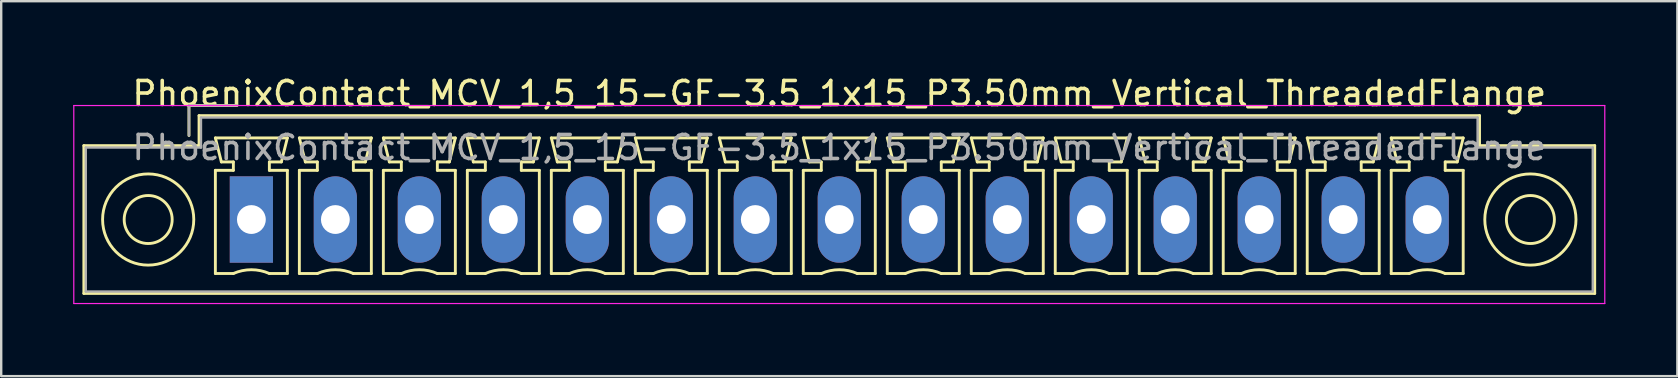
<source format=kicad_pcb>
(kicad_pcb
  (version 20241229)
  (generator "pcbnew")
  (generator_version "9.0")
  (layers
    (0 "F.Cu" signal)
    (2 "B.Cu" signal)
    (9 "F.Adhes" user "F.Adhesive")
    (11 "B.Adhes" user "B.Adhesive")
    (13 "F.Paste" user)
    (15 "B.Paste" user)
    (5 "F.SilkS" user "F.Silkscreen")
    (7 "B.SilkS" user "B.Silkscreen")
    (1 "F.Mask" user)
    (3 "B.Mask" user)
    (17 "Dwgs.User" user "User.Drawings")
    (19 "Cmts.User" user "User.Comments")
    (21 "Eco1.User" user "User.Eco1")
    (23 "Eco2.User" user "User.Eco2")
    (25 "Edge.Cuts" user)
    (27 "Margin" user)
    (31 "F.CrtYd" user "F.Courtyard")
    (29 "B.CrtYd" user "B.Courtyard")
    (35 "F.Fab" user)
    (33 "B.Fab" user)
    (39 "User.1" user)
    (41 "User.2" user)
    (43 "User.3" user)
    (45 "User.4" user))
  (footprint "PhoenixContact_MCV_1,5_15-GF-3.5_1x15_P3.50mm_Vertical_ThreadedFlange"
    (layer "F.Cu")
    (at 7.425 6.098)
    (property "Reference" "PhoenixContact_MCV_1,5_15-GF-3.5_1x15_P3.50mm_Vertical_ThreadedFlange" (at 24.5 -5.25 0) (layer "F.SilkS") (effects (font (size 1 1) (thickness 0.15))))
    (attr through_hole)
    (fp_line (start -6.98 -3.08) (end -6.98 3.08) (stroke (width 0.12) (type solid)) (layer "F.SilkS"))
    (fp_line (start -6.98 3.08) (end 55.98 3.08) (stroke (width 0.12) (type solid)) (layer "F.SilkS"))
    (fp_line (start -2.6 -4.75) (end -0.6 -4.75) (stroke (width 0.12) (type solid)) (layer "F.SilkS"))
    (fp_line (start -2.6 -3.5) (end -2.6 -4.75) (stroke (width 0.12) (type solid)) (layer "F.SilkS"))
    (fp_line (start -2.18 -4.33) (end -2.18 -3.08) (stroke (width 0.12) (type solid)) (layer "F.SilkS"))
    (fp_line (start -2.18 -3.08) (end -6.98 -3.08) (stroke (width 0.12) (type solid)) (layer "F.SilkS"))
    (fp_line (start -1.5 -3.4) (end 1.5 -3.4) (stroke (width 0.12) (type solid)) (layer "F.SilkS"))
    (fp_line (start -1.5 -2.05) (end -0.75 -2.05) (stroke (width 0.12) (type solid)) (layer "F.SilkS"))
    (fp_line (start -1.5 2.25) (end -1.5 -2.05) (stroke (width 0.12) (type solid)) (layer "F.SilkS"))
    (fp_line (start -1.25 -2.4) (end -1.5 -3.4) (stroke (width 0.12) (type solid)) (layer "F.SilkS"))
    (fp_line (start -0.75 -2.4) (end -1.25 -2.4) (stroke (width 0.12) (type solid)) (layer "F.SilkS"))
    (fp_line (start -0.75 -2.05) (end -0.75 -2.4) (stroke (width 0.12) (type solid)) (layer "F.SilkS"))
    (fp_line (start -0.75 2.25) (end -1.5 2.25) (stroke (width 0.12) (type solid)) (layer "F.SilkS"))
    (fp_line (start 0.75 -2.4) (end 0.75 -2.05) (stroke (width 0.12) (type solid)) (layer "F.SilkS"))
    (fp_line (start 0.75 -2.05) (end 1.5 -2.05) (stroke (width 0.12) (type solid)) (layer "F.SilkS"))
    (fp_line (start 1.25 -2.4) (end 0.75 -2.4) (stroke (width 0.12) (type solid)) (layer "F.SilkS"))
    (fp_line (start 1.5 -3.4) (end 1.25 -2.4) (stroke (width 0.12) (type solid)) (layer "F.SilkS"))
    (fp_line (start 1.5 -2.05) (end 1.5 2.25) (stroke (width 0.12) (type solid)) (layer "F.SilkS"))
    (fp_line (start 1.5 2.25) (end 0.75 2.25) (stroke (width 0.12) (type solid)) (layer "F.SilkS"))
    (fp_line (start 2 -3.4) (end 5 -3.4) (stroke (width 0.12) (type solid)) (layer "F.SilkS"))
    (fp_line (start 2 -2.05) (end 2.75 -2.05) (stroke (width 0.12) (type solid)) (layer "F.SilkS"))
    (fp_line (start 2 2.25) (end 2 -2.05) (stroke (width 0.12) (type solid)) (layer "F.SilkS"))
    (fp_line (start 2.25 -2.4) (end 2 -3.4) (stroke (width 0.12) (type solid)) (layer "F.SilkS"))
    (fp_line (start 2.75 -2.4) (end 2.25 -2.4) (stroke (width 0.12) (type solid)) (layer "F.SilkS"))
    (fp_line (start 2.75 -2.05) (end 2.75 -2.4) (stroke (width 0.12) (type solid)) (layer "F.SilkS"))
    (fp_line (start 2.75 2.25) (end 2 2.25) (stroke (width 0.12) (type solid)) (layer "F.SilkS"))
    (fp_line (start 4.25 -2.4) (end 4.25 -2.05) (stroke (width 0.12) (type solid)) (layer "F.SilkS"))
    (fp_line (start 4.25 -2.05) (end 5 -2.05) (stroke (width 0.12) (type solid)) (layer "F.SilkS"))
    (fp_line (start 4.75 -2.4) (end 4.25 -2.4) (stroke (width 0.12) (type solid)) (layer "F.SilkS"))
    (fp_line (start 5 -3.4) (end 4.75 -2.4) (stroke (width 0.12) (type solid)) (layer "F.SilkS"))
    (fp_line (start 5 -2.05) (end 5 2.25) (stroke (width 0.12) (type solid)) (layer "F.SilkS"))
    (fp_line (start 5 2.25) (end 4.25 2.25) (stroke (width 0.12) (type solid)) (layer "F.SilkS"))
    (fp_line (start 5.5 -3.4) (end 8.5 -3.4) (stroke (width 0.12) (type solid)) (layer "F.SilkS"))
    (fp_line (start 5.5 -2.05) (end 6.25 -2.05) (stroke (width 0.12) (type solid)) (layer "F.SilkS"))
    (fp_line (start 5.5 2.25) (end 5.5 -2.05) (stroke (width 0.12) (type solid)) (layer "F.SilkS"))
    (fp_line (start 5.75 -2.4) (end 5.5 -3.4) (stroke (width 0.12) (type solid)) (layer "F.SilkS"))
    (fp_line (start 6.25 -2.4) (end 5.75 -2.4) (stroke (width 0.12) (type solid)) (layer "F.SilkS"))
    (fp_line (start 6.25 -2.05) (end 6.25 -2.4) (stroke (width 0.12) (type solid)) (layer "F.SilkS"))
    (fp_line (start 6.25 2.25) (end 5.5 2.25) (stroke (width 0.12) (type solid)) (layer "F.SilkS"))
    (fp_line (start 7.75 -2.4) (end 7.75 -2.05) (stroke (width 0.12) (type solid)) (layer "F.SilkS"))
    (fp_line (start 7.75 -2.05) (end 8.5 -2.05) (stroke (width 0.12) (type solid)) (layer "F.SilkS"))
    (fp_line (start 8.25 -2.4) (end 7.75 -2.4) (stroke (width 0.12) (type solid)) (layer "F.SilkS"))
    (fp_line (start 8.5 -3.4) (end 8.25 -2.4) (stroke (width 0.12) (type solid)) (layer "F.SilkS"))
    (fp_line (start 8.5 -2.05) (end 8.5 2.25) (stroke (width 0.12) (type solid)) (layer "F.SilkS"))
    (fp_line (start 8.5 2.25) (end 7.75 2.25) (stroke (width 0.12) (type solid)) (layer "F.SilkS"))
    (fp_line (start 9 -3.4) (end 12 -3.4) (stroke (width 0.12) (type solid)) (layer "F.SilkS"))
    (fp_line (start 9 -2.05) (end 9.75 -2.05) (stroke (width 0.12) (type solid)) (layer "F.SilkS"))
    (fp_line (start 9 2.25) (end 9 -2.05) (stroke (width 0.12) (type solid)) (layer "F.SilkS"))
    (fp_line (start 9.25 -2.4) (end 9 -3.4) (stroke (width 0.12) (type solid)) (layer "F.SilkS"))
    (fp_line (start 9.75 -2.4) (end 9.25 -2.4) (stroke (width 0.12) (type solid)) (layer "F.SilkS"))
    (fp_line (start 9.75 -2.05) (end 9.75 -2.4) (stroke (width 0.12) (type solid)) (layer "F.SilkS"))
    (fp_line (start 9.75 2.25) (end 9 2.25) (stroke (width 0.12) (type solid)) (layer "F.SilkS"))
    (fp_line (start 11.25 -2.4) (end 11.25 -2.05) (stroke (width 0.12) (type solid)) (layer "F.SilkS"))
    (fp_line (start 11.25 -2.05) (end 12 -2.05) (stroke (width 0.12) (type solid)) (layer "F.SilkS"))
    (fp_line (start 11.75 -2.4) (end 11.25 -2.4) (stroke (width 0.12) (type solid)) (layer "F.SilkS"))
    (fp_line (start 12 -3.4) (end 11.75 -2.4) (stroke (width 0.12) (type solid)) (layer "F.SilkS"))
    (fp_line (start 12 -2.05) (end 12 2.25) (stroke (width 0.12) (type solid)) (layer "F.SilkS"))
    (fp_line (start 12 2.25) (end 11.25 2.25) (stroke (width 0.12) (type solid)) (layer "F.SilkS"))
    (fp_line (start 12.5 -3.4) (end 15.5 -3.4) (stroke (width 0.12) (type solid)) (layer "F.SilkS"))
    (fp_line (start 12.5 -2.05) (end 13.25 -2.05) (stroke (width 0.12) (type solid)) (layer "F.SilkS"))
    (fp_line (start 12.5 2.25) (end 12.5 -2.05) (stroke (width 0.12) (type solid)) (layer "F.SilkS"))
    (fp_line (start 12.75 -2.4) (end 12.5 -3.4) (stroke (width 0.12) (type solid)) (layer "F.SilkS"))
    (fp_line (start 13.25 -2.4) (end 12.75 -2.4) (stroke (width 0.12) (type solid)) (layer "F.SilkS"))
    (fp_line (start 13.25 -2.05) (end 13.25 -2.4) (stroke (width 0.12) (type solid)) (layer "F.SilkS"))
    (fp_line (start 13.25 2.25) (end 12.5 2.25) (stroke (width 0.12) (type solid)) (layer "F.SilkS"))
    (fp_line (start 14.75 -2.4) (end 14.75 -2.05) (stroke (width 0.12) (type solid)) (layer "F.SilkS"))
    (fp_line (start 14.75 -2.05) (end 15.5 -2.05) (stroke (width 0.12) (type solid)) (layer "F.SilkS"))
    (fp_line (start 15.25 -2.4) (end 14.75 -2.4) (stroke (width 0.12) (type solid)) (layer "F.SilkS"))
    (fp_line (start 15.5 -3.4) (end 15.25 -2.4) (stroke (width 0.12) (type solid)) (layer "F.SilkS"))
    (fp_line (start 15.5 -2.05) (end 15.5 2.25) (stroke (width 0.12) (type solid)) (layer "F.SilkS"))
    (fp_line (start 15.5 2.25) (end 14.75 2.25) (stroke (width 0.12) (type solid)) (layer "F.SilkS"))
    (fp_line (start 16 -3.4) (end 19 -3.4) (stroke (width 0.12) (type solid)) (layer "F.SilkS"))
    (fp_line (start 16 -2.05) (end 16.75 -2.05) (stroke (width 0.12) (type solid)) (layer "F.SilkS"))
    (fp_line (start 16 2.25) (end 16 -2.05) (stroke (width 0.12) (type solid)) (layer "F.SilkS"))
    (fp_line (start 16.25 -2.4) (end 16 -3.4) (stroke (width 0.12) (type solid)) (layer "F.SilkS"))
    (fp_line (start 16.75 -2.4) (end 16.25 -2.4) (stroke (width 0.12) (type solid)) (layer "F.SilkS"))
    (fp_line (start 16.75 -2.05) (end 16.75 -2.4) (stroke (width 0.12) (type solid)) (layer "F.SilkS"))
    (fp_line (start 16.75 2.25) (end 16 2.25) (stroke (width 0.12) (type solid)) (layer "F.SilkS"))
    (fp_line (start 18.25 -2.4) (end 18.25 -2.05) (stroke (width 0.12) (type solid)) (layer "F.SilkS"))
    (fp_line (start 18.25 -2.05) (end 19 -2.05) (stroke (width 0.12) (type solid)) (layer "F.SilkS"))
    (fp_line (start 18.75 -2.4) (end 18.25 -2.4) (stroke (width 0.12) (type solid)) (layer "F.SilkS"))
    (fp_line (start 19 -3.4) (end 18.75 -2.4) (stroke (width 0.12) (type solid)) (layer "F.SilkS"))
    (fp_line (start 19 -2.05) (end 19 2.25) (stroke (width 0.12) (type solid)) (layer "F.SilkS"))
    (fp_line (start 19 2.25) (end 18.25 2.25) (stroke (width 0.12) (type solid)) (layer "F.SilkS"))
    (fp_line (start 19.5 -3.4) (end 22.5 -3.4) (stroke (width 0.12) (type solid)) (layer "F.SilkS"))
    (fp_line (start 19.5 -2.05) (end 20.25 -2.05) (stroke (width 0.12) (type solid)) (layer "F.SilkS"))
    (fp_line (start 19.5 2.25) (end 19.5 -2.05) (stroke (width 0.12) (type solid)) (layer "F.SilkS"))
    (fp_line (start 19.75 -2.4) (end 19.5 -3.4) (stroke (width 0.12) (type solid)) (layer "F.SilkS"))
    (fp_line (start 20.25 -2.4) (end 19.75 -2.4) (stroke (width 0.12) (type solid)) (layer "F.SilkS"))
    (fp_line (start 20.25 -2.05) (end 20.25 -2.4) (stroke (width 0.12) (type solid)) (layer "F.SilkS"))
    (fp_line (start 20.25 2.25) (end 19.5 2.25) (stroke (width 0.12) (type solid)) (layer "F.SilkS"))
    (fp_line (start 21.75 -2.4) (end 21.75 -2.05) (stroke (width 0.12) (type solid)) (layer "F.SilkS"))
    (fp_line (start 21.75 -2.05) (end 22.5 -2.05) (stroke (width 0.12) (type solid)) (layer "F.SilkS"))
    (fp_line (start 22.25 -2.4) (end 21.75 -2.4) (stroke (width 0.12) (type solid)) (layer "F.SilkS"))
    (fp_line (start 22.5 -3.4) (end 22.25 -2.4) (stroke (width 0.12) (type solid)) (layer "F.SilkS"))
    (fp_line (start 22.5 -2.05) (end 22.5 2.25) (stroke (width 0.12) (type solid)) (layer "F.SilkS"))
    (fp_line (start 22.5 2.25) (end 21.75 2.25) (stroke (width 0.12) (type solid)) (layer "F.SilkS"))
    (fp_line (start 23 -3.4) (end 26 -3.4) (stroke (width 0.12) (type solid)) (layer "F.SilkS"))
    (fp_line (start 23 -2.05) (end 23.75 -2.05) (stroke (width 0.12) (type solid)) (layer "F.SilkS"))
    (fp_line (start 23 2.25) (end 23 -2.05) (stroke (width 0.12) (type solid)) (layer "F.SilkS"))
    (fp_line (start 23.25 -2.4) (end 23 -3.4) (stroke (width 0.12) (type solid)) (layer "F.SilkS"))
    (fp_line (start 23.75 -2.4) (end 23.25 -2.4) (stroke (width 0.12) (type solid)) (layer "F.SilkS"))
    (fp_line (start 23.75 -2.05) (end 23.75 -2.4) (stroke (width 0.12) (type solid)) (layer "F.SilkS"))
    (fp_line (start 23.75 2.25) (end 23 2.25) (stroke (width 0.12) (type solid)) (layer "F.SilkS"))
    (fp_line (start 25.25 -2.4) (end 25.25 -2.05) (stroke (width 0.12) (type solid)) (layer "F.SilkS"))
    (fp_line (start 25.25 -2.05) (end 26 -2.05) (stroke (width 0.12) (type solid)) (layer "F.SilkS"))
    (fp_line (start 25.75 -2.4) (end 25.25 -2.4) (stroke (width 0.12) (type solid)) (layer "F.SilkS"))
    (fp_line (start 26 -3.4) (end 25.75 -2.4) (stroke (width 0.12) (type solid)) (layer "F.SilkS"))
    (fp_line (start 26 -2.05) (end 26 2.25) (stroke (width 0.12) (type solid)) (layer "F.SilkS"))
    (fp_line (start 26 2.25) (end 25.25 2.25) (stroke (width 0.12) (type solid)) (layer "F.SilkS"))
    (fp_line (start 26.5 -3.4) (end 29.5 -3.4) (stroke (width 0.12) (type solid)) (layer "F.SilkS"))
    (fp_line (start 26.5 -2.05) (end 27.25 -2.05) (stroke (width 0.12) (type solid)) (layer "F.SilkS"))
    (fp_line (start 26.5 2.25) (end 26.5 -2.05) (stroke (width 0.12) (type solid)) (layer "F.SilkS"))
    (fp_line (start 26.75 -2.4) (end 26.5 -3.4) (stroke (width 0.12) (type solid)) (layer "F.SilkS"))
    (fp_line (start 27.25 -2.4) (end 26.75 -2.4) (stroke (width 0.12) (type solid)) (layer "F.SilkS"))
    (fp_line (start 27.25 -2.05) (end 27.25 -2.4) (stroke (width 0.12) (type solid)) (layer "F.SilkS"))
    (fp_line (start 27.25 2.25) (end 26.5 2.25) (stroke (width 0.12) (type solid)) (layer "F.SilkS"))
    (fp_line (start 28.75 -2.4) (end 28.75 -2.05) (stroke (width 0.12) (type solid)) (layer "F.SilkS"))
    (fp_line (start 28.75 -2.05) (end 29.5 -2.05) (stroke (width 0.12) (type solid)) (layer "F.SilkS"))
    (fp_line (start 29.25 -2.4) (end 28.75 -2.4) (stroke (width 0.12) (type solid)) (layer "F.SilkS"))
    (fp_line (start 29.5 -3.4) (end 29.25 -2.4) (stroke (width 0.12) (type solid)) (layer "F.SilkS"))
    (fp_line (start 29.5 -2.05) (end 29.5 2.25) (stroke (width 0.12) (type solid)) (layer "F.SilkS"))
    (fp_line (start 29.5 2.25) (end 28.75 2.25) (stroke (width 0.12) (type solid)) (layer "F.SilkS"))
    (fp_line (start 30 -3.4) (end 33 -3.4) (stroke (width 0.12) (type solid)) (layer "F.SilkS"))
    (fp_line (start 30 -2.05) (end 30.75 -2.05) (stroke (width 0.12) (type solid)) (layer "F.SilkS"))
    (fp_line (start 30 2.25) (end 30 -2.05) (stroke (width 0.12) (type solid)) (layer "F.SilkS"))
    (fp_line (start 30.25 -2.4) (end 30 -3.4) (stroke (width 0.12) (type solid)) (layer "F.SilkS"))
    (fp_line (start 30.75 -2.4) (end 30.25 -2.4) (stroke (width 0.12) (type solid)) (layer "F.SilkS"))
    (fp_line (start 30.75 -2.05) (end 30.75 -2.4) (stroke (width 0.12) (type solid)) (layer "F.SilkS"))
    (fp_line (start 30.75 2.25) (end 30 2.25) (stroke (width 0.12) (type solid)) (layer "F.SilkS"))
    (fp_line (start 32.25 -2.4) (end 32.25 -2.05) (stroke (width 0.12) (type solid)) (layer "F.SilkS"))
    (fp_line (start 32.25 -2.05) (end 33 -2.05) (stroke (width 0.12) (type solid)) (layer "F.SilkS"))
    (fp_line (start 32.75 -2.4) (end 32.25 -2.4) (stroke (width 0.12) (type solid)) (layer "F.SilkS"))
    (fp_line (start 33 -3.4) (end 32.75 -2.4) (stroke (width 0.12) (type solid)) (layer "F.SilkS"))
    (fp_line (start 33 -2.05) (end 33 2.25) (stroke (width 0.12) (type solid)) (layer "F.SilkS"))
    (fp_line (start 33 2.25) (end 32.25 2.25) (stroke (width 0.12) (type solid)) (layer "F.SilkS"))
    (fp_line (start 33.5 -3.4) (end 36.5 -3.4) (stroke (width 0.12) (type solid)) (layer "F.SilkS"))
    (fp_line (start 33.5 -2.05) (end 34.25 -2.05) (stroke (width 0.12) (type solid)) (layer "F.SilkS"))
    (fp_line (start 33.5 2.25) (end 33.5 -2.05) (stroke (width 0.12) (type solid)) (layer "F.SilkS"))
    (fp_line (start 33.75 -2.4) (end 33.5 -3.4) (stroke (width 0.12) (type solid)) (layer "F.SilkS"))
    (fp_line (start 34.25 -2.4) (end 33.75 -2.4) (stroke (width 0.12) (type solid)) (layer "F.SilkS"))
    (fp_line (start 34.25 -2.05) (end 34.25 -2.4) (stroke (width 0.12) (type solid)) (layer "F.SilkS"))
    (fp_line (start 34.25 2.25) (end 33.5 2.25) (stroke (width 0.12) (type solid)) (layer "F.SilkS"))
    (fp_line (start 35.75 -2.4) (end 35.75 -2.05) (stroke (width 0.12) (type solid)) (layer "F.SilkS"))
    (fp_line (start 35.75 -2.05) (end 36.5 -2.05) (stroke (width 0.12) (type solid)) (layer "F.SilkS"))
    (fp_line (start 36.25 -2.4) (end 35.75 -2.4) (stroke (width 0.12) (type solid)) (layer "F.SilkS"))
    (fp_line (start 36.5 -3.4) (end 36.25 -2.4) (stroke (width 0.12) (type solid)) (layer "F.SilkS"))
    (fp_line (start 36.5 -2.05) (end 36.5 2.25) (stroke (width 0.12) (type solid)) (layer "F.SilkS"))
    (fp_line (start 36.5 2.25) (end 35.75 2.25) (stroke (width 0.12) (type solid)) (layer "F.SilkS"))
    (fp_line (start 37 -3.4) (end 40 -3.4) (stroke (width 0.12) (type solid)) (layer "F.SilkS"))
    (fp_line (start 37 -2.05) (end 37.75 -2.05) (stroke (width 0.12) (type solid)) (layer "F.SilkS"))
    (fp_line (start 37 2.25) (end 37 -2.05) (stroke (width 0.12) (type solid)) (layer "F.SilkS"))
    (fp_line (start 37.25 -2.4) (end 37 -3.4) (stroke (width 0.12) (type solid)) (layer "F.SilkS"))
    (fp_line (start 37.75 -2.4) (end 37.25 -2.4) (stroke (width 0.12) (type solid)) (layer "F.SilkS"))
    (fp_line (start 37.75 -2.05) (end 37.75 -2.4) (stroke (width 0.12) (type solid)) (layer "F.SilkS"))
    (fp_line (start 37.75 2.25) (end 37 2.25) (stroke (width 0.12) (type solid)) (layer "F.SilkS"))
    (fp_line (start 39.25 -2.4) (end 39.25 -2.05) (stroke (width 0.12) (type solid)) (layer "F.SilkS"))
    (fp_line (start 39.25 -2.05) (end 40 -2.05) (stroke (width 0.12) (type solid)) (layer "F.SilkS"))
    (fp_line (start 39.75 -2.4) (end 39.25 -2.4) (stroke (width 0.12) (type solid)) (layer "F.SilkS"))
    (fp_line (start 40 -3.4) (end 39.75 -2.4) (stroke (width 0.12) (type solid)) (layer "F.SilkS"))
    (fp_line (start 40 -2.05) (end 40 2.25) (stroke (width 0.12) (type solid)) (layer "F.SilkS"))
    (fp_line (start 40 2.25) (end 39.25 2.25) (stroke (width 0.12) (type solid)) (layer "F.SilkS"))
    (fp_line (start 40.5 -3.4) (end 43.5 -3.4) (stroke (width 0.12) (type solid)) (layer "F.SilkS"))
    (fp_line (start 40.5 -2.05) (end 41.25 -2.05) (stroke (width 0.12) (type solid)) (layer "F.SilkS"))
    (fp_line (start 40.5 2.25) (end 40.5 -2.05) (stroke (width 0.12) (type solid)) (layer "F.SilkS"))
    (fp_line (start 40.75 -2.4) (end 40.5 -3.4) (stroke (width 0.12) (type solid)) (layer "F.SilkS"))
    (fp_line (start 41.25 -2.4) (end 40.75 -2.4) (stroke (width 0.12) (type solid)) (layer "F.SilkS"))
    (fp_line (start 41.25 -2.05) (end 41.25 -2.4) (stroke (width 0.12) (type solid)) (layer "F.SilkS"))
    (fp_line (start 41.25 2.25) (end 40.5 2.25) (stroke (width 0.12) (type solid)) (layer "F.SilkS"))
    (fp_line (start 42.75 -2.4) (end 42.75 -2.05) (stroke (width 0.12) (type solid)) (layer "F.SilkS"))
    (fp_line (start 42.75 -2.05) (end 43.5 -2.05) (stroke (width 0.12) (type solid)) (layer "F.SilkS"))
    (fp_line (start 43.25 -2.4) (end 42.75 -2.4) (stroke (width 0.12) (type solid)) (layer "F.SilkS"))
    (fp_line (start 43.5 -3.4) (end 43.25 -2.4) (stroke (width 0.12) (type solid)) (layer "F.SilkS"))
    (fp_line (start 43.5 -2.05) (end 43.5 2.25) (stroke (width 0.12) (type solid)) (layer "F.SilkS"))
    (fp_line (start 43.5 2.25) (end 42.75 2.25) (stroke (width 0.12) (type solid)) (layer "F.SilkS"))
    (fp_line (start 44 -3.4) (end 47 -3.4) (stroke (width 0.12) (type solid)) (layer "F.SilkS"))
    (fp_line (start 44 -2.05) (end 44.75 -2.05) (stroke (width 0.12) (type solid)) (layer "F.SilkS"))
    (fp_line (start 44 2.25) (end 44 -2.05) (stroke (width 0.12) (type solid)) (layer "F.SilkS"))
    (fp_line (start 44.25 -2.4) (end 44 -3.4) (stroke (width 0.12) (type solid)) (layer "F.SilkS"))
    (fp_line (start 44.75 -2.4) (end 44.25 -2.4) (stroke (width 0.12) (type solid)) (layer "F.SilkS"))
    (fp_line (start 44.75 -2.05) (end 44.75 -2.4) (stroke (width 0.12) (type solid)) (layer "F.SilkS"))
    (fp_line (start 44.75 2.25) (end 44 2.25) (stroke (width 0.12) (type solid)) (layer "F.SilkS"))
    (fp_line (start 46.25 -2.4) (end 46.25 -2.05) (stroke (width 0.12) (type solid)) (layer "F.SilkS"))
    (fp_line (start 46.25 -2.05) (end 47 -2.05) (stroke (width 0.12) (type solid)) (layer "F.SilkS"))
    (fp_line (start 46.75 -2.4) (end 46.25 -2.4) (stroke (width 0.12) (type solid)) (layer "F.SilkS"))
    (fp_line (start 47 -3.4) (end 46.75 -2.4) (stroke (width 0.12) (type solid)) (layer "F.SilkS"))
    (fp_line (start 47 -2.05) (end 47 2.25) (stroke (width 0.12) (type solid)) (layer "F.SilkS"))
    (fp_line (start 47 2.25) (end 46.25 2.25) (stroke (width 0.12) (type solid)) (layer "F.SilkS"))
    (fp_line (start 47.5 -3.4) (end 50.5 -3.4) (stroke (width 0.12) (type solid)) (layer "F.SilkS"))
    (fp_line (start 47.5 -2.05) (end 48.25 -2.05) (stroke (width 0.12) (type solid)) (layer "F.SilkS"))
    (fp_line (start 47.5 2.25) (end 47.5 -2.05) (stroke (width 0.12) (type solid)) (layer "F.SilkS"))
    (fp_line (start 47.75 -2.4) (end 47.5 -3.4) (stroke (width 0.12) (type solid)) (layer "F.SilkS"))
    (fp_line (start 48.25 -2.4) (end 47.75 -2.4) (stroke (width 0.12) (type solid)) (layer "F.SilkS"))
    (fp_line (start 48.25 -2.05) (end 48.25 -2.4) (stroke (width 0.12) (type solid)) (layer "F.SilkS"))
    (fp_line (start 48.25 2.25) (end 47.5 2.25) (stroke (width 0.12) (type solid)) (layer "F.SilkS"))
    (fp_line (start 49.75 -2.4) (end 49.75 -2.05) (stroke (width 0.12) (type solid)) (layer "F.SilkS"))
    (fp_line (start 49.75 -2.05) (end 50.5 -2.05) (stroke (width 0.12) (type solid)) (layer "F.SilkS"))
    (fp_line (start 50.25 -2.4) (end 49.75 -2.4) (stroke (width 0.12) (type solid)) (layer "F.SilkS"))
    (fp_line (start 50.5 -3.4) (end 50.25 -2.4) (stroke (width 0.12) (type solid)) (layer "F.SilkS"))
    (fp_line (start 50.5 -2.05) (end 50.5 2.25) (stroke (width 0.12) (type solid)) (layer "F.SilkS"))
    (fp_line (start 50.5 2.25) (end 49.75 2.25) (stroke (width 0.12) (type solid)) (layer "F.SilkS"))
    (fp_line (start 51.18 -4.33) (end -2.18 -4.33) (stroke (width 0.12) (type solid)) (layer "F.SilkS"))
    (fp_line (start 51.18 -3.08) (end 51.18 -4.33) (stroke (width 0.12) (type solid)) (layer "F.SilkS"))
    (fp_line (start 55.98 -3.08) (end 51.18 -3.08) (stroke (width 0.12) (type solid)) (layer "F.SilkS"))
    (fp_line (start 55.98 3.08) (end 55.98 -3.08) (stroke (width 0.12) (type solid)) (layer "F.SilkS"))
    (fp_arc (start -0.75 2.25) (mid -0.000193 2.09191) (end 0.749647 2.249844) (stroke (width 0.12) (type solid)) (layer "F.SilkS"))
    (fp_arc (start 2.75 2.25) (mid 3.499807 2.09191) (end 4.249647 2.249844) (stroke (width 0.12) (type solid)) (layer "F.SilkS"))
    (fp_arc (start 6.25 2.25) (mid 6.999807 2.09191) (end 7.749647 2.249844) (stroke (width 0.12) (type solid)) (layer "F.SilkS"))
    (fp_arc (start 9.75 2.25) (mid 10.499807 2.09191) (end 11.249647 2.249844) (stroke (width 0.12) (type solid)) (layer "F.SilkS"))
    (fp_arc (start 13.25 2.25) (mid 13.999807 2.09191) (end 14.749647 2.249844) (stroke (width 0.12) (type solid)) (layer "F.SilkS"))
    (fp_arc (start 16.75 2.25) (mid 17.499807 2.09191) (end 18.249647 2.249844) (stroke (width 0.12) (type solid)) (layer "F.SilkS"))
    (fp_arc (start 20.25 2.25) (mid 20.999807 2.09191) (end 21.749647 2.249844) (stroke (width 0.12) (type solid)) (layer "F.SilkS"))
    (fp_arc (start 23.75 2.25) (mid 24.499807 2.09191) (end 25.249647 2.249844) (stroke (width 0.12) (type solid)) (layer "F.SilkS"))
    (fp_arc (start 27.25 2.25) (mid 27.999807 2.09191) (end 28.749647 2.249844) (stroke (width 0.12) (type solid)) (layer "F.SilkS"))
    (fp_arc (start 30.75 2.25) (mid 31.499807 2.09191) (end 32.249647 2.249844) (stroke (width 0.12) (type solid)) (layer "F.SilkS"))
    (fp_arc (start 34.25 2.25) (mid 34.999807 2.09191) (end 35.749647 2.249844) (stroke (width 0.12) (type solid)) (layer "F.SilkS"))
    (fp_arc (start 37.75 2.25) (mid 38.499807 2.09191) (end 39.249647 2.249844) (stroke (width 0.12) (type solid)) (layer "F.SilkS"))
    (fp_arc (start 41.25 2.25) (mid 41.999807 2.09191) (end 42.749647 2.249844) (stroke (width 0.12) (type solid)) (layer "F.SilkS"))
    (fp_arc (start 44.75 2.25) (mid 45.499807 2.09191) (end 46.249647 2.249844) (stroke (width 0.12) (type solid)) (layer "F.SilkS"))
    (fp_arc (start 48.25 2.25) (mid 48.999807 2.09191) (end 49.749647 2.249844) (stroke (width 0.12) (type solid)) (layer "F.SilkS"))
    (fp_circle (center -4.3 0) (end -3.3 0) (stroke (width 0.12) (type solid)) (fill no) (layer "F.SilkS"))
    (fp_circle (center -4.3 0) (end -2.4 0) (stroke (width 0.12) (type solid)) (fill no) (layer "F.SilkS"))
    (fp_circle (center 53.3 0) (end 54.3 0) (stroke (width 0.12) (type solid)) (fill no) (layer "F.SilkS"))
    (fp_circle (center 53.3 0) (end 55.2 0) (stroke (width 0.12) (type solid)) (fill no) (layer "F.SilkS"))
    (fp_line (start -7.4 -4.75) (end -7.4 3.5) (stroke (width 0.05) (type solid)) (layer "F.CrtYd"))
    (fp_line (start -7.4 3.5) (end 56.4 3.5) (stroke (width 0.05) (type solid)) (layer "F.CrtYd"))
    (fp_line (start 56.4 -4.75) (end -7.4 -4.75) (stroke (width 0.05) (type solid)) (layer "F.CrtYd"))
    (fp_line (start 56.4 3.5) (end 56.4 -4.75) (stroke (width 0.05) (type solid)) (layer "F.CrtYd"))
    (fp_line (start -6.9 -3) (end -6.9 3) (stroke (width 0.1) (type solid)) (layer "F.Fab"))
    (fp_line (start -6.9 3) (end 55.9 3) (stroke (width 0.1) (type solid)) (layer "F.Fab"))
    (fp_line (start -2.6 -4.75) (end -0.6 -4.75) (stroke (width 0.1) (type solid)) (layer "F.Fab"))
    (fp_line (start -2.6 -3.5) (end -2.6 -4.75) (stroke (width 0.1) (type solid)) (layer "F.Fab"))
    (fp_line (start -2.1 -4.25) (end -2.1 -3) (stroke (width 0.1) (type solid)) (layer "F.Fab"))
    (fp_line (start -2.1 -3) (end -6.9 -3) (stroke (width 0.1) (type solid)) (layer "F.Fab"))
    (fp_line (start 51.1 -4.25) (end -2.1 -4.25) (stroke (width 0.1) (type solid)) (layer "F.Fab"))
    (fp_line (start 51.1 -3) (end 51.1 -4.25) (stroke (width 0.1) (type solid)) (layer "F.Fab"))
    (fp_line (start 55.9 -3) (end 51.1 -3) (stroke (width 0.1) (type solid)) (layer "F.Fab"))
    (fp_line (start 55.9 3) (end 55.9 -3) (stroke (width 0.1) (type solid)) (layer "F.Fab"))
    (fp_text user "${REFERENCE}" (at 24.5 -3 0) (layer "F.Fab") (effects (font (size 1 1) (thickness 0.15))))
    (pad "1" thru_hole rect (at 0 0) (size 1.8 3.6) (drill 1.2) (layers "*.Cu" "*.Mask"))
    (pad "2" thru_hole oval (at 3.5 0) (size 1.8 3.6) (drill 1.2) (layers "*.Cu" "*.Mask"))
    (pad "3" thru_hole oval (at 7 0) (size 1.8 3.6) (drill 1.2) (layers "*.Cu" "*.Mask"))
    (pad "4" thru_hole oval (at 10.5 0) (size 1.8 3.6) (drill 1.2) (layers "*.Cu" "*.Mask"))
    (pad "5" thru_hole oval (at 14 0) (size 1.8 3.6) (drill 1.2) (layers "*.Cu" "*.Mask"))
    (pad "6" thru_hole oval (at 17.5 0) (size 1.8 3.6) (drill 1.2) (layers "*.Cu" "*.Mask"))
    (pad "7" thru_hole oval (at 21 0) (size 1.8 3.6) (drill 1.2) (layers "*.Cu" "*.Mask"))
    (pad "8" thru_hole oval (at 24.5 0) (size 1.8 3.6) (drill 1.2) (layers "*.Cu" "*.Mask"))
    (pad "9" thru_hole oval (at 28 0) (size 1.8 3.6) (drill 1.2) (layers "*.Cu" "*.Mask"))
    (pad "10" thru_hole oval (at 31.5 0) (size 1.8 3.6) (drill 1.2) (layers "*.Cu" "*.Mask"))
    (pad "11" thru_hole oval (at 35 0) (size 1.8 3.6) (drill 1.2) (layers "*.Cu" "*.Mask"))
    (pad "12" thru_hole oval (at 38.5 0) (size 1.8 3.6) (drill 1.2) (layers "*.Cu" "*.Mask"))
    (pad "13" thru_hole oval (at 42 0) (size 1.8 3.6) (drill 1.2) (layers "*.Cu" "*.Mask"))
    (pad "14" thru_hole oval (at 45.5 0) (size 1.8 3.6) (drill 1.2) (layers "*.Cu" "*.Mask"))
    (pad "15" thru_hole oval (at 49 0) (size 1.8 3.6) (drill 1.2) (layers "*.Cu" "*.Mask")))
  (gr_rect
    (start -3 -3)
    (end 66.85 12.623)
    (stroke (width 0.1) (type default))
    (fill no)
    (layer "Edge.Cuts")))
</source>
